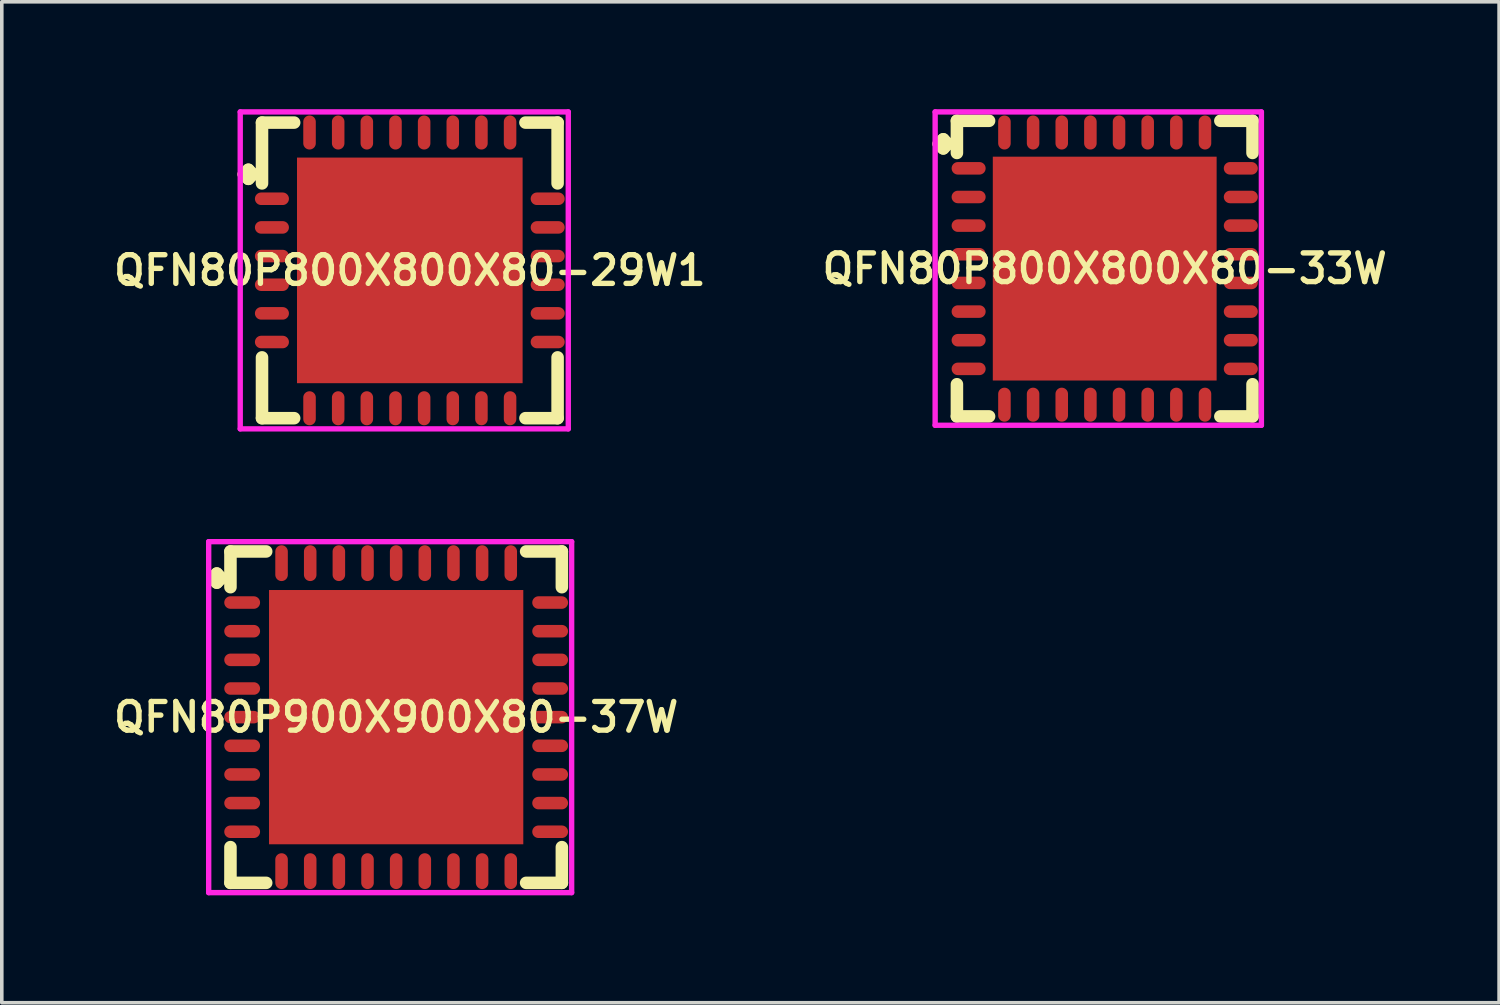
<source format=kicad_pcb>
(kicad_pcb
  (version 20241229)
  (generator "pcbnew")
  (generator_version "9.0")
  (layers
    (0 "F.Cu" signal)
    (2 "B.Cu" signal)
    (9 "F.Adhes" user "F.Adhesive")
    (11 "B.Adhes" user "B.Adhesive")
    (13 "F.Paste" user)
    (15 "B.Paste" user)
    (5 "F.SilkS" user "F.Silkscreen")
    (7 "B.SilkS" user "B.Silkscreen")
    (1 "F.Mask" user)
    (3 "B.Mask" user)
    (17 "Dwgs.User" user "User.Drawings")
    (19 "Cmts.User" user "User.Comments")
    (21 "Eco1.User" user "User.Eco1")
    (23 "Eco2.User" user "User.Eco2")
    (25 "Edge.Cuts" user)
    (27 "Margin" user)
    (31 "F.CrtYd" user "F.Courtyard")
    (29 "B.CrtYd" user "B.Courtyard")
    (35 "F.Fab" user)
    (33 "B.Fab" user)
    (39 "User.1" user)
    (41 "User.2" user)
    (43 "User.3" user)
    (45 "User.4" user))
  (footprint "QFN80P800X800X80-33W"
    (layer "F.Cu")
    (at 27.797 4.45)
    (property "Reference" "QFN80P800X800X80-33W" (at 0 0 0) (layer "F.SilkS") (effects (font (size 0.8 0.8) (thickness 0.15))))
    (attr smd)
    (fp_line (start -4.635 -3.483) (end -4.508 -3.61) (stroke (width 0.35) (type solid)) (layer "F.SilkS"))
    (fp_line (start -4.508 -3.61) (end -4.381 -3.483) (stroke (width 0.35) (type solid)) (layer "F.SilkS"))
    (fp_line (start -4.508 -3.356) (end -4.635 -3.483) (stroke (width 0.35) (type solid)) (layer "F.SilkS"))
    (fp_line (start -4.381 -3.483) (end -4.508 -3.356) (stroke (width 0.35) (type solid)) (layer "F.SilkS"))
    (fp_line (start -4.127 -4.127) (end -3.229 -4.127) (stroke (width 0.35) (type solid)) (layer "F.SilkS"))
    (fp_line (start -4.127 -3.229) (end -4.127 -4.127) (stroke (width 0.35) (type solid)) (layer "F.SilkS"))
    (fp_line (start -4.127 3.229) (end -4.127 4.127) (stroke (width 0.35) (type solid)) (layer "F.SilkS"))
    (fp_line (start -4.127 4.127) (end -3.229 4.127) (stroke (width 0.35) (type solid)) (layer "F.SilkS"))
    (fp_line (start 3.229 -4.127) (end 4.127 -4.127) (stroke (width 0.35) (type solid)) (layer "F.SilkS"))
    (fp_line (start 3.229 4.127) (end 4.127 4.127) (stroke (width 0.35) (type solid)) (layer "F.SilkS"))
    (fp_line (start 4.127 -4.127) (end 4.127 -3.229) (stroke (width 0.35) (type solid)) (layer "F.SilkS"))
    (fp_line (start 4.127 4.127) (end 4.127 3.229) (stroke (width 0.35) (type solid)) (layer "F.SilkS"))
    (fp_line (start -4.735 -4.375) (end 4.375 -4.375) (stroke (width 0.15) (type solid)) (layer "F.CrtYd"))
    (fp_line (start -4.735 4.375) (end -4.735 -4.375) (stroke (width 0.15) (type solid)) (layer "F.CrtYd"))
    (fp_line (start 4.375 -4.375) (end 4.375 4.375) (stroke (width 0.15) (type solid)) (layer "F.CrtYd"))
    (fp_line (start 4.375 4.375) (end -4.735 4.375) (stroke (width 0.15) (type solid)) (layer "F.CrtYd"))
    (pad "1" smd oval (at -3.8 -2.8) (size 0.95 0.35) (layers "F.Cu" "F.Mask" "F.Paste"))
    (pad "2" smd oval (at -3.8 -2) (size 0.95 0.35) (layers "F.Cu" "F.Mask" "F.Paste"))
    (pad "3" smd oval (at -3.8 -1.2) (size 0.95 0.35) (layers "F.Cu" "F.Mask" "F.Paste"))
    (pad "4" smd oval (at -3.8 -0.4) (size 0.95 0.35) (layers "F.Cu" "F.Mask" "F.Paste"))
    (pad "5" smd oval (at -3.8 0.4) (size 0.95 0.35) (layers "F.Cu" "F.Mask" "F.Paste"))
    (pad "6" smd oval (at -3.8 1.2) (size 0.95 0.35) (layers "F.Cu" "F.Mask" "F.Paste"))
    (pad "7" smd oval (at -3.8 2) (size 0.95 0.35) (layers "F.Cu" "F.Mask" "F.Paste"))
    (pad "8" smd oval (at -3.8 2.8) (size 0.95 0.35) (layers "F.Cu" "F.Mask" "F.Paste"))
    (pad "9" smd oval (at -2.8 3.8) (size 0.35 0.95) (layers "F.Cu" "F.Mask" "F.Paste"))
    (pad "10" smd oval (at -2 3.8) (size 0.35 0.95) (layers "F.Cu" "F.Mask" "F.Paste"))
    (pad "11" smd oval (at -1.2 3.8) (size 0.35 0.95) (layers "F.Cu" "F.Mask" "F.Paste"))
    (pad "12" smd oval (at -0.4 3.8) (size 0.35 0.95) (layers "F.Cu" "F.Mask" "F.Paste"))
    (pad "13" smd oval (at 0.4 3.8) (size 0.35 0.95) (layers "F.Cu" "F.Mask" "F.Paste"))
    (pad "14" smd oval (at 1.2 3.8) (size 0.35 0.95) (layers "F.Cu" "F.Mask" "F.Paste"))
    (pad "15" smd oval (at 2 3.8) (size 0.35 0.95) (layers "F.Cu" "F.Mask" "F.Paste"))
    (pad "16" smd oval (at 2.8 3.8) (size 0.35 0.95) (layers "F.Cu" "F.Mask" "F.Paste"))
    (pad "17" smd oval (at 3.8 2.8) (size 0.95 0.35) (layers "F.Cu" "F.Mask" "F.Paste"))
    (pad "18" smd oval (at 3.8 2) (size 0.95 0.35) (layers "F.Cu" "F.Mask" "F.Paste"))
    (pad "19" smd oval (at 3.8 1.2) (size 0.95 0.35) (layers "F.Cu" "F.Mask" "F.Paste"))
    (pad "20" smd oval (at 3.8 0.4) (size 0.95 0.35) (layers "F.Cu" "F.Mask" "F.Paste"))
    (pad "21" smd oval (at 3.8 -0.4) (size 0.95 0.35) (layers "F.Cu" "F.Mask" "F.Paste"))
    (pad "22" smd oval (at 3.8 -1.2) (size 0.95 0.35) (layers "F.Cu" "F.Mask" "F.Paste"))
    (pad "23" smd oval (at 3.8 -2) (size 0.95 0.35) (layers "F.Cu" "F.Mask" "F.Paste"))
    (pad "24" smd oval (at 3.8 -2.8) (size 0.95 0.35) (layers "F.Cu" "F.Mask" "F.Paste"))
    (pad "25" smd oval (at 2.8 -3.8) (size 0.35 0.95) (layers "F.Cu" "F.Mask" "F.Paste"))
    (pad "26" smd oval (at 2 -3.8) (size 0.35 0.95) (layers "F.Cu" "F.Mask" "F.Paste"))
    (pad "27" smd oval (at 1.2 -3.8) (size 0.35 0.95) (layers "F.Cu" "F.Mask" "F.Paste"))
    (pad "28" smd oval (at 0.4 -3.8) (size 0.35 0.95) (layers "F.Cu" "F.Mask" "F.Paste"))
    (pad "29" smd oval (at -0.4 -3.8) (size 0.35 0.95) (layers "F.Cu" "F.Mask" "F.Paste"))
    (pad "30" smd oval (at -1.2 -3.8) (size 0.35 0.95) (layers "F.Cu" "F.Mask" "F.Paste"))
    (pad "31" smd oval (at -2 -3.8) (size 0.35 0.95) (layers "F.Cu" "F.Mask" "F.Paste"))
    (pad "32" smd oval (at -2.8 -3.8) (size 0.35 0.95) (layers "F.Cu" "F.Mask" "F.Paste"))
    (pad "33" smd rect (at 0 0) (size 6.25 6.25) (layers "F.Cu" "F.Mask" "F.Paste")))
  (footprint "QFN80P900X900X80-37W"
    (layer "F.Cu")
    (at 8.012 16.975)
    (property "Reference" "QFN80P900X900X80-37W" (at 0 0 0) (layer "F.SilkS") (effects (font (size 0.8 0.8) (thickness 0.15))))
    (attr smd)
    (fp_line (start -5.135 -3.883) (end -5.008 -4.01) (stroke (width 0.35) (type solid)) (layer "F.SilkS"))
    (fp_line (start -5.008 -4.01) (end -4.881 -3.883) (stroke (width 0.35) (type solid)) (layer "F.SilkS"))
    (fp_line (start -5.008 -3.756) (end -5.135 -3.883) (stroke (width 0.35) (type solid)) (layer "F.SilkS"))
    (fp_line (start -4.881 -3.883) (end -5.008 -3.756) (stroke (width 0.35) (type solid)) (layer "F.SilkS"))
    (fp_line (start -4.627 -4.627) (end -3.629 -4.627) (stroke (width 0.35) (type solid)) (layer "F.SilkS"))
    (fp_line (start -4.627 -3.629) (end -4.627 -4.627) (stroke (width 0.35) (type solid)) (layer "F.SilkS"))
    (fp_line (start -4.627 3.629) (end -4.627 4.627) (stroke (width 0.35) (type solid)) (layer "F.SilkS"))
    (fp_line (start -4.627 4.627) (end -3.629 4.627) (stroke (width 0.35) (type solid)) (layer "F.SilkS"))
    (fp_line (start 3.629 -4.627) (end 4.627 -4.627) (stroke (width 0.35) (type solid)) (layer "F.SilkS"))
    (fp_line (start 3.629 4.627) (end 4.627 4.627) (stroke (width 0.35) (type solid)) (layer "F.SilkS"))
    (fp_line (start 4.627 -4.627) (end 4.627 -3.629) (stroke (width 0.35) (type solid)) (layer "F.SilkS"))
    (fp_line (start 4.627 4.627) (end 4.627 3.629) (stroke (width 0.35) (type solid)) (layer "F.SilkS"))
    (fp_line (start -5.235 -4.9) (end 4.9 -4.9) (stroke (width 0.15) (type solid)) (layer "F.CrtYd"))
    (fp_line (start -5.235 4.9) (end -5.235 -4.9) (stroke (width 0.15) (type solid)) (layer "F.CrtYd"))
    (fp_line (start 4.9 -4.9) (end 4.9 4.9) (stroke (width 0.15) (type solid)) (layer "F.CrtYd"))
    (fp_line (start 4.9 4.9) (end -5.235 4.9) (stroke (width 0.15) (type solid)) (layer "F.CrtYd"))
    (pad "1" smd oval (at -4.3 -3.2) (size 1 0.35) (layers "F.Cu" "F.Mask" "F.Paste"))
    (pad "2" smd oval (at -4.3 -2.4) (size 1 0.35) (layers "F.Cu" "F.Mask" "F.Paste"))
    (pad "3" smd oval (at -4.3 -1.6) (size 1 0.35) (layers "F.Cu" "F.Mask" "F.Paste"))
    (pad "4" smd oval (at -4.3 -0.8) (size 1 0.35) (layers "F.Cu" "F.Mask" "F.Paste"))
    (pad "5" smd oval (at -4.3 0) (size 1 0.35) (layers "F.Cu" "F.Mask" "F.Paste"))
    (pad "6" smd oval (at -4.3 0.8) (size 1 0.35) (layers "F.Cu" "F.Mask" "F.Paste"))
    (pad "7" smd oval (at -4.3 1.6) (size 1 0.35) (layers "F.Cu" "F.Mask" "F.Paste"))
    (pad "8" smd oval (at -4.3 2.4) (size 1 0.35) (layers "F.Cu" "F.Mask" "F.Paste"))
    (pad "9" smd oval (at -4.3 3.2) (size 1 0.35) (layers "F.Cu" "F.Mask" "F.Paste"))
    (pad "10" smd oval (at -3.2 4.3) (size 0.35 1) (layers "F.Cu" "F.Mask" "F.Paste"))
    (pad "11" smd oval (at -2.4 4.3) (size 0.35 1) (layers "F.Cu" "F.Mask" "F.Paste"))
    (pad "12" smd oval (at -1.6 4.3) (size 0.35 1) (layers "F.Cu" "F.Mask" "F.Paste"))
    (pad "13" smd oval (at -0.8 4.3) (size 0.35 1) (layers "F.Cu" "F.Mask" "F.Paste"))
    (pad "14" smd oval (at 0 4.3) (size 0.35 1) (layers "F.Cu" "F.Mask" "F.Paste"))
    (pad "15" smd oval (at 0.8 4.3) (size 0.35 1) (layers "F.Cu" "F.Mask" "F.Paste"))
    (pad "16" smd oval (at 1.6 4.3) (size 0.35 1) (layers "F.Cu" "F.Mask" "F.Paste"))
    (pad "17" smd oval (at 2.4 4.3) (size 0.35 1) (layers "F.Cu" "F.Mask" "F.Paste"))
    (pad "18" smd oval (at 3.2 4.3) (size 0.35 1) (layers "F.Cu" "F.Mask" "F.Paste"))
    (pad "19" smd oval (at 4.3 3.2) (size 1 0.35) (layers "F.Cu" "F.Mask" "F.Paste"))
    (pad "20" smd oval (at 4.3 2.4) (size 1 0.35) (layers "F.Cu" "F.Mask" "F.Paste"))
    (pad "21" smd oval (at 4.3 1.6) (size 1 0.35) (layers "F.Cu" "F.Mask" "F.Paste"))
    (pad "22" smd oval (at 4.3 0.8) (size 1 0.35) (layers "F.Cu" "F.Mask" "F.Paste"))
    (pad "23" smd oval (at 4.3 0) (size 1 0.35) (layers "F.Cu" "F.Mask" "F.Paste"))
    (pad "24" smd oval (at 4.3 -0.8) (size 1 0.35) (layers "F.Cu" "F.Mask" "F.Paste"))
    (pad "25" smd oval (at 4.3 -1.6) (size 1 0.35) (layers "F.Cu" "F.Mask" "F.Paste"))
    (pad "26" smd oval (at 4.3 -2.4) (size 1 0.35) (layers "F.Cu" "F.Mask" "F.Paste"))
    (pad "27" smd oval (at 4.3 -3.2) (size 1 0.35) (layers "F.Cu" "F.Mask" "F.Paste"))
    (pad "28" smd oval (at 3.2 -4.3) (size 0.35 1) (layers "F.Cu" "F.Mask" "F.Paste"))
    (pad "29" smd oval (at 2.4 -4.3) (size 0.35 1) (layers "F.Cu" "F.Mask" "F.Paste"))
    (pad "30" smd oval (at 1.6 -4.3) (size 0.35 1) (layers "F.Cu" "F.Mask" "F.Paste"))
    (pad "31" smd oval (at 0.8 -4.3) (size 0.35 1) (layers "F.Cu" "F.Mask" "F.Paste"))
    (pad "32" smd oval (at 0 -4.3) (size 0.35 1) (layers "F.Cu" "F.Mask" "F.Paste"))
    (pad "33" smd oval (at -0.8 -4.3) (size 0.35 1) (layers "F.Cu" "F.Mask" "F.Paste"))
    (pad "34" smd oval (at -1.6 -4.3) (size 0.35 1) (layers "F.Cu" "F.Mask" "F.Paste"))
    (pad "35" smd oval (at -2.4 -4.3) (size 0.35 1) (layers "F.Cu" "F.Mask" "F.Paste"))
    (pad "36" smd oval (at -3.2 -4.3) (size 0.35 1) (layers "F.Cu" "F.Mask" "F.Paste"))
    (pad "37" smd rect (at 0 0) (size 7.1 7.1) (layers "F.Cu" "F.Mask" "F.Paste")))
  (footprint "QFN80P800X800X80-29W1"
    (layer "F.Cu")
    (at 8.393 4.5)
    (property "Reference" "QFN80P800X800X80-29W1" (at 0 0 0) (layer "F.SilkS") (effects (font (size 0.8 0.8) (thickness 0.15))))
    (attr smd)
    (fp_line (start -4.635 -2.683) (end -4.508 -2.81) (stroke (width 0.35) (type solid)) (layer "F.SilkS"))
    (fp_line (start -4.508 -2.81) (end -4.381 -2.683) (stroke (width 0.35) (type solid)) (layer "F.SilkS"))
    (fp_line (start -4.508 -2.556) (end -4.635 -2.683) (stroke (width 0.35) (type solid)) (layer "F.SilkS"))
    (fp_line (start -4.381 -2.683) (end -4.508 -2.556) (stroke (width 0.35) (type solid)) (layer "F.SilkS"))
    (fp_line (start -4.127 -4.127) (end -3.229 -4.127) (stroke (width 0.35) (type solid)) (layer "F.SilkS"))
    (fp_line (start -4.127 -2.429) (end -4.127 -4.127) (stroke (width 0.35) (type solid)) (layer "F.SilkS"))
    (fp_line (start -4.127 2.429) (end -4.127 4.127) (stroke (width 0.35) (type solid)) (layer "F.SilkS"))
    (fp_line (start -4.127 4.127) (end -3.229 4.127) (stroke (width 0.35) (type solid)) (layer "F.SilkS"))
    (fp_line (start 3.229 -4.127) (end 4.127 -4.127) (stroke (width 0.35) (type solid)) (layer "F.SilkS"))
    (fp_line (start 3.229 4.127) (end 4.127 4.127) (stroke (width 0.35) (type solid)) (layer "F.SilkS"))
    (fp_line (start 4.127 -4.127) (end 4.127 -2.429) (stroke (width 0.35) (type solid)) (layer "F.SilkS"))
    (fp_line (start 4.127 4.127) (end 4.127 2.429) (stroke (width 0.35) (type solid)) (layer "F.SilkS"))
    (fp_line (start -4.735 -4.425) (end 4.425 -4.425) (stroke (width 0.15) (type solid)) (layer "F.CrtYd"))
    (fp_line (start -4.735 4.425) (end -4.735 -4.425) (stroke (width 0.15) (type solid)) (layer "F.CrtYd"))
    (fp_line (start 4.425 -4.425) (end 4.425 4.425) (stroke (width 0.15) (type solid)) (layer "F.CrtYd"))
    (fp_line (start 4.425 4.425) (end -4.735 4.425) (stroke (width 0.15) (type solid)) (layer "F.CrtYd"))
    (pad "1" smd oval (at -3.85 -2) (size 0.95 0.35) (layers "F.Cu" "F.Mask" "F.Paste"))
    (pad "2" smd oval (at -3.85 -1.2) (size 0.95 0.35) (layers "F.Cu" "F.Mask" "F.Paste"))
    (pad "3" smd oval (at -3.85 -0.4) (size 0.95 0.35) (layers "F.Cu" "F.Mask" "F.Paste"))
    (pad "4" smd oval (at -3.85 0.4) (size 0.95 0.35) (layers "F.Cu" "F.Mask" "F.Paste"))
    (pad "5" smd oval (at -3.85 1.2) (size 0.95 0.35) (layers "F.Cu" "F.Mask" "F.Paste"))
    (pad "6" smd oval (at -3.85 2) (size 0.95 0.35) (layers "F.Cu" "F.Mask" "F.Paste"))
    (pad "7" smd oval (at -2.8 3.85) (size 0.35 0.95) (layers "F.Cu" "F.Mask" "F.Paste"))
    (pad "8" smd oval (at -2 3.85) (size 0.35 0.95) (layers "F.Cu" "F.Mask" "F.Paste"))
    (pad "9" smd oval (at -1.2 3.85) (size 0.35 0.95) (layers "F.Cu" "F.Mask" "F.Paste"))
    (pad "10" smd oval (at -0.4 3.85) (size 0.35 0.95) (layers "F.Cu" "F.Mask" "F.Paste"))
    (pad "11" smd oval (at 0.4 3.85) (size 0.35 0.95) (layers "F.Cu" "F.Mask" "F.Paste"))
    (pad "12" smd oval (at 1.2 3.85) (size 0.35 0.95) (layers "F.Cu" "F.Mask" "F.Paste"))
    (pad "13" smd oval (at 2 3.85) (size 0.35 0.95) (layers "F.Cu" "F.Mask" "F.Paste"))
    (pad "14" smd oval (at 2.8 3.85) (size 0.35 0.95) (layers "F.Cu" "F.Mask" "F.Paste"))
    (pad "15" smd oval (at 3.85 2) (size 0.95 0.35) (layers "F.Cu" "F.Mask" "F.Paste"))
    (pad "16" smd oval (at 3.85 1.2) (size 0.95 0.35) (layers "F.Cu" "F.Mask" "F.Paste"))
    (pad "17" smd oval (at 3.85 0.4) (size 0.95 0.35) (layers "F.Cu" "F.Mask" "F.Paste"))
    (pad "18" smd oval (at 3.85 -0.4) (size 0.95 0.35) (layers "F.Cu" "F.Mask" "F.Paste"))
    (pad "19" smd oval (at 3.85 -1.2) (size 0.95 0.35) (layers "F.Cu" "F.Mask" "F.Paste"))
    (pad "20" smd oval (at 3.85 -2) (size 0.95 0.35) (layers "F.Cu" "F.Mask" "F.Paste"))
    (pad "21" smd oval (at 2.8 -3.85) (size 0.35 0.95) (layers "F.Cu" "F.Mask" "F.Paste"))
    (pad "22" smd oval (at 2 -3.85) (size 0.35 0.95) (layers "F.Cu" "F.Mask" "F.Paste"))
    (pad "23" smd oval (at 1.2 -3.85) (size 0.35 0.95) (layers "F.Cu" "F.Mask" "F.Paste"))
    (pad "24" smd oval (at 0.4 -3.85) (size 0.35 0.95) (layers "F.Cu" "F.Mask" "F.Paste"))
    (pad "25" smd oval (at -0.4 -3.85) (size 0.35 0.95) (layers "F.Cu" "F.Mask" "F.Paste"))
    (pad "26" smd oval (at -1.2 -3.85) (size 0.35 0.95) (layers "F.Cu" "F.Mask" "F.Paste"))
    (pad "27" smd oval (at -2 -3.85) (size 0.35 0.95) (layers "F.Cu" "F.Mask" "F.Paste"))
    (pad "28" smd oval (at -2.8 -3.85) (size 0.35 0.95) (layers "F.Cu" "F.Mask" "F.Paste"))
    (pad "29" smd rect (at 0 0) (size 6.3 6.3) (layers "F.Cu" "F.Mask" "F.Paste")))
  (gr_rect
    (start -3 -3)
    (end 38.809 24.95)
    (stroke (width 0.1) (type default))
    (fill no)
    (layer "Edge.Cuts")))
</source>
